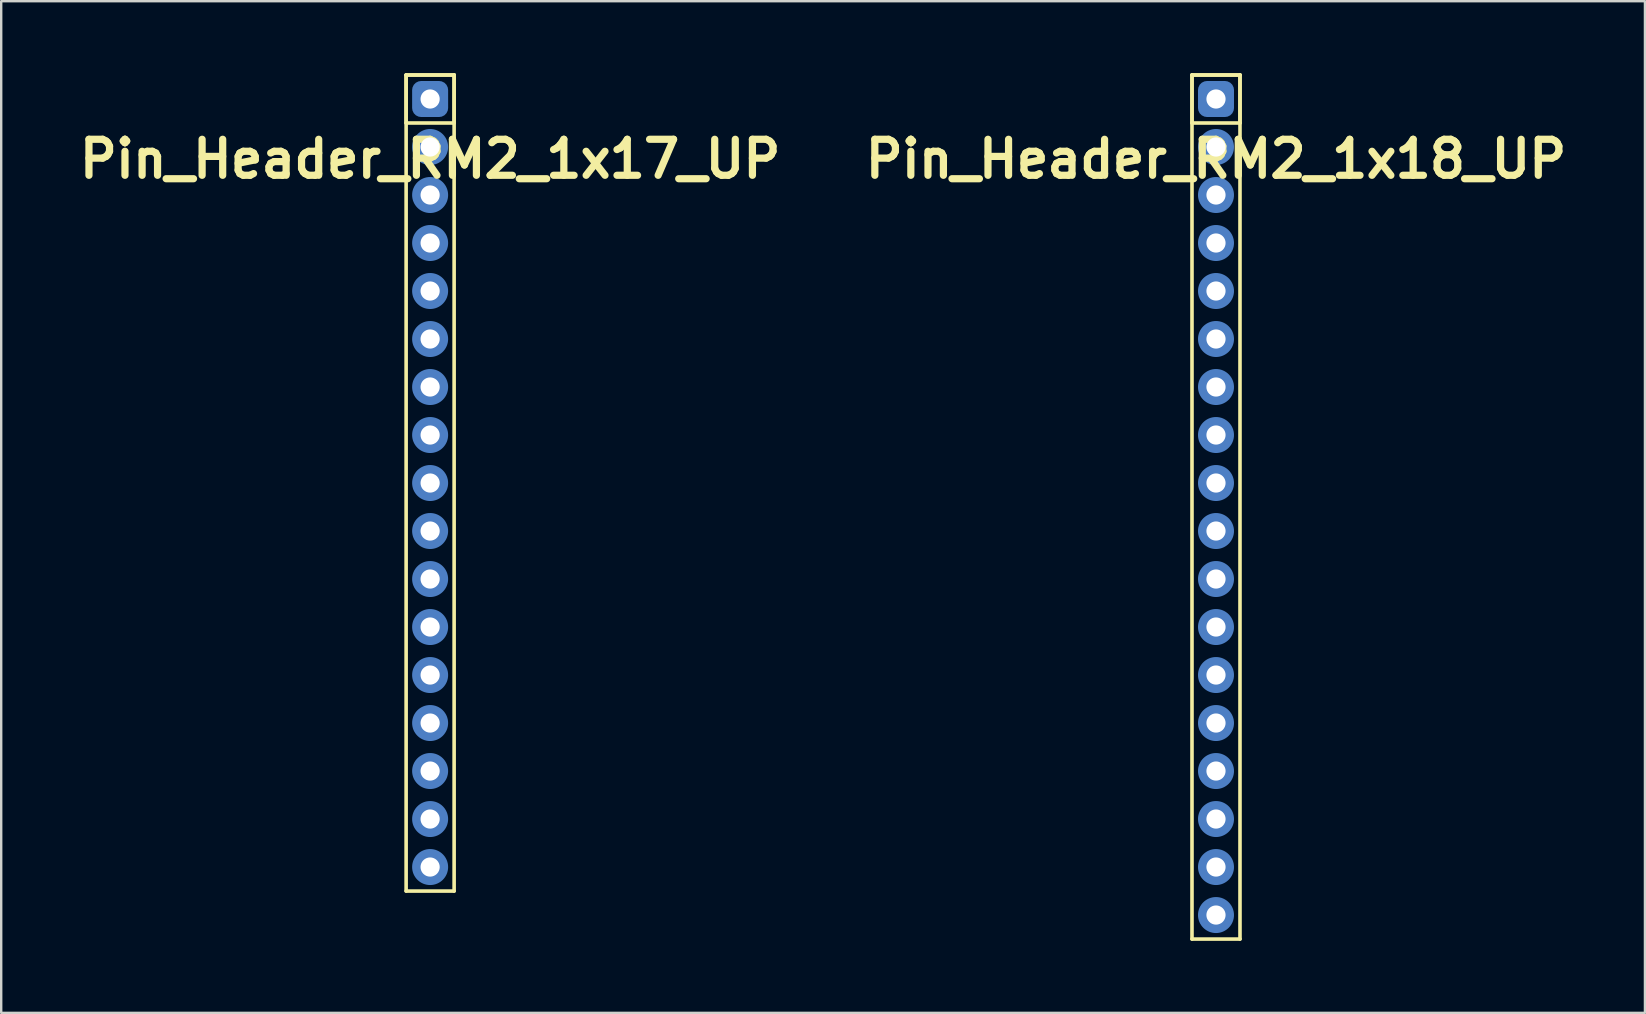
<source format=kicad_pcb>
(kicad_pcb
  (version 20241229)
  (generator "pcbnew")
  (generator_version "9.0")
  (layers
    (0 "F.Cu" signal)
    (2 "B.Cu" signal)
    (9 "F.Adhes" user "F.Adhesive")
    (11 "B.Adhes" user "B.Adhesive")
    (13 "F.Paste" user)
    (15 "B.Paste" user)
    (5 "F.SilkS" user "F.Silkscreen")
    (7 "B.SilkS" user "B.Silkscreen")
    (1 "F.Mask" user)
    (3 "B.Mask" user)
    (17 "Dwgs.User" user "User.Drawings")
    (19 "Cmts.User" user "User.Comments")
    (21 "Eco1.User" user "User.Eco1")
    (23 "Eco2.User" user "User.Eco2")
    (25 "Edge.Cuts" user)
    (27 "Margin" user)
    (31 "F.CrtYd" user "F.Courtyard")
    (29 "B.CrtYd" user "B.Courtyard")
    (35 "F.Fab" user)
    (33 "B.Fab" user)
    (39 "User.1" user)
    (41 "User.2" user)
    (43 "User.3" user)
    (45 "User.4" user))
  (footprint "Pin_Header_RM2_1x18_UP"
    (layer "F.Cu")
    (at 47.614 1.075)
    (property "Reference" "Pin_Header_RM2_1x18_UP" (at 0 2.5 0) (layer "F.SilkS") (effects (font (size 1.5 1.5) (thickness 0.3))))
    (attr through_hole)
    (fp_line (start -1 -1) (end 1 -1) (stroke (width 0.15) (type solid)) (layer "F.SilkS"))
    (fp_line (start -1 -1) (end 1 -1) (stroke (width 0.15) (type solid)) (layer "F.SilkS"))
    (fp_line (start -1 1) (end -1 -1) (stroke (width 0.15) (type solid)) (layer "F.SilkS"))
    (fp_line (start -1 35) (end -1 -1) (stroke (width 0.15) (type solid)) (layer "F.SilkS"))
    (fp_line (start 1 -1) (end 1 1) (stroke (width 0.15) (type solid)) (layer "F.SilkS"))
    (fp_line (start 1 -1) (end 1 35) (stroke (width 0.15) (type solid)) (layer "F.SilkS"))
    (fp_line (start 1 1) (end -1 1) (stroke (width 0.15) (type solid)) (layer "F.SilkS"))
    (fp_line (start 1 35) (end -1 35) (stroke (width 0.15) (type solid)) (layer "F.SilkS"))
    (pad "1" thru_hole circle (at 0 0) (size 1.1 1.1) (drill 0.8) (layers "*.Cu" "*.Mask"))
    (pad "1" smd roundrect (at 0 0) (size 1.25 1.25) (layers "F.Cu" "F.Mask") (roundrect_rratio 0.25))
    (pad "1" smd roundrect (at 0 0) (size 1.5 1.5) (layers "B.Cu" "B.Mask") (roundrect_rratio 0.25))
    (pad "2" thru_hole circle (at 0 2) (size 1.1 1.1) (drill 0.8) (layers "*.Cu" "*.Mask"))
    (pad "2" smd circle (at 0 2) (size 1.25 1.25) (layers "F.Cu" "F.Mask"))
    (pad "2" smd circle (at 0 2) (size 1.5 1.5) (layers "B.Cu" "B.Mask"))
    (pad "3" thru_hole circle (at 0 4) (size 1.1 1.1) (drill 0.8) (layers "*.Cu" "*.Mask"))
    (pad "3" smd circle (at 0 4) (size 1.25 1.25) (layers "F.Cu" "F.Mask"))
    (pad "3" smd circle (at 0 4) (size 1.5 1.5) (layers "B.Cu" "B.Mask"))
    (pad "4" thru_hole circle (at 0 6) (size 1.1 1.1) (drill 0.8) (layers "*.Cu" "*.Mask"))
    (pad "4" smd circle (at 0 6) (size 1.25 1.25) (layers "F.Cu" "F.Mask"))
    (pad "4" smd circle (at 0 6) (size 1.5 1.5) (layers "B.Cu" "B.Mask"))
    (pad "5" thru_hole circle (at 0 8) (size 1.1 1.1) (drill 0.8) (layers "*.Cu" "*.Mask"))
    (pad "5" smd circle (at 0 8) (size 1.25 1.25) (layers "F.Cu" "F.Mask"))
    (pad "5" smd circle (at 0 8) (size 1.5 1.5) (layers "B.Cu" "B.Mask"))
    (pad "6" thru_hole circle (at 0 10) (size 1.1 1.1) (drill 0.8) (layers "*.Cu" "*.Mask"))
    (pad "6" smd circle (at 0 10) (size 1.25 1.25) (layers "F.Cu" "F.Mask"))
    (pad "6" smd circle (at 0 10) (size 1.5 1.5) (layers "B.Cu" "B.Mask"))
    (pad "7" thru_hole circle (at 0 12) (size 1.1 1.1) (drill 0.8) (layers "*.Cu" "*.Mask"))
    (pad "7" smd circle (at 0 12) (size 1.25 1.25) (layers "F.Cu" "F.Mask"))
    (pad "7" smd circle (at 0 12) (size 1.5 1.5) (layers "B.Cu" "B.Mask"))
    (pad "8" thru_hole circle (at 0 14) (size 1.1 1.1) (drill 0.8) (layers "*.Cu" "*.Mask"))
    (pad "8" smd circle (at 0 14) (size 1.25 1.25) (layers "F.Cu" "F.Mask"))
    (pad "8" smd circle (at 0 14) (size 1.5 1.5) (layers "B.Cu" "B.Mask"))
    (pad "9" thru_hole circle (at 0 16) (size 1.1 1.1) (drill 0.8) (layers "*.Cu" "*.Mask"))
    (pad "9" smd circle (at 0 16) (size 1.25 1.25) (layers "F.Cu" "F.Mask"))
    (pad "9" smd circle (at 0 16) (size 1.5 1.5) (layers "B.Cu" "B.Mask"))
    (pad "10" thru_hole circle (at 0 18) (size 1.1 1.1) (drill 0.8) (layers "*.Cu" "*.Mask"))
    (pad "10" smd circle (at 0 18) (size 1.25 1.25) (layers "F.Cu" "F.Mask"))
    (pad "10" smd circle (at 0 18) (size 1.5 1.5) (layers "B.Cu" "B.Mask"))
    (pad "11" thru_hole circle (at 0 20) (size 1.1 1.1) (drill 0.8) (layers "*.Cu" "*.Mask"))
    (pad "11" smd circle (at 0 20) (size 1.25 1.25) (layers "F.Cu" "F.Mask"))
    (pad "11" smd circle (at 0 20) (size 1.5 1.5) (layers "B.Cu" "B.Mask"))
    (pad "12" thru_hole circle (at 0 22) (size 1.1 1.1) (drill 0.8) (layers "*.Cu" "*.Mask"))
    (pad "12" smd circle (at 0 22) (size 1.25 1.25) (layers "F.Cu" "F.Mask"))
    (pad "12" smd circle (at 0 22) (size 1.5 1.5) (layers "B.Cu" "B.Mask"))
    (pad "13" thru_hole circle (at 0 24) (size 1.1 1.1) (drill 0.8) (layers "*.Cu" "*.Mask"))
    (pad "13" smd circle (at 0 24) (size 1.25 1.25) (layers "F.Cu" "F.Mask"))
    (pad "13" smd circle (at 0 24) (size 1.5 1.5) (layers "B.Cu" "B.Mask"))
    (pad "14" thru_hole circle (at 0 26) (size 1.1 1.1) (drill 0.8) (layers "*.Cu" "*.Mask"))
    (pad "14" smd circle (at 0 26) (size 1.25 1.25) (layers "F.Cu" "F.Mask"))
    (pad "14" smd circle (at 0 26) (size 1.5 1.5) (layers "B.Cu" "B.Mask"))
    (pad "15" thru_hole circle (at 0 28) (size 1.1 1.1) (drill 0.8) (layers "*.Cu" "*.Mask"))
    (pad "15" smd circle (at 0 28) (size 1.25 1.25) (layers "F.Cu" "F.Mask"))
    (pad "15" smd circle (at 0 28) (size 1.5 1.5) (layers "B.Cu" "B.Mask"))
    (pad "16" thru_hole circle (at 0 30) (size 1.1 1.1) (drill 0.8) (layers "*.Cu" "*.Mask"))
    (pad "16" smd circle (at 0 30) (size 1.25 1.25) (layers "F.Cu" "F.Mask"))
    (pad "16" smd circle (at 0 30) (size 1.5 1.5) (layers "B.Cu" "B.Mask"))
    (pad "17" thru_hole circle (at 0 32) (size 1.1 1.1) (drill 0.8) (layers "*.Cu" "*.Mask"))
    (pad "17" smd circle (at 0 32) (size 1.25 1.25) (layers "F.Cu" "F.Mask"))
    (pad "17" smd circle (at 0 32) (size 1.5 1.5) (layers "B.Cu" "B.Mask"))
    (pad "18" thru_hole circle (at 0 34) (size 1.1 1.1) (drill 0.8) (layers "*.Cu" "*.Mask"))
    (pad "18" smd circle (at 0 34) (size 1.25 1.25) (layers "F.Cu" "F.Mask"))
    (pad "18" smd circle (at 0 34) (size 1.5 1.5) (layers "B.Cu" "B.Mask")))
  (footprint "Pin_Header_RM2_1x17_UP"
    (layer "F.Cu")
    (at 14.871 1.075)
    (property "Reference" "Pin_Header_RM2_1x17_UP" (at 0 2.5 0) (layer "F.SilkS") (effects (font (size 1.5 1.5) (thickness 0.3))))
    (attr through_hole)
    (fp_line (start -1 -1) (end 1 -1) (stroke (width 0.15) (type solid)) (layer "F.SilkS"))
    (fp_line (start -1 -1) (end 1 -1) (stroke (width 0.15) (type solid)) (layer "F.SilkS"))
    (fp_line (start -1 1) (end -1 -1) (stroke (width 0.15) (type solid)) (layer "F.SilkS"))
    (fp_line (start -1 33) (end -1 -1) (stroke (width 0.15) (type solid)) (layer "F.SilkS"))
    (fp_line (start 1 -1) (end 1 1) (stroke (width 0.15) (type solid)) (layer "F.SilkS"))
    (fp_line (start 1 -1) (end 1 33) (stroke (width 0.15) (type solid)) (layer "F.SilkS"))
    (fp_line (start 1 1) (end -1 1) (stroke (width 0.15) (type solid)) (layer "F.SilkS"))
    (fp_line (start 1 33) (end -1 33) (stroke (width 0.15) (type solid)) (layer "F.SilkS"))
    (pad "1" thru_hole circle (at 0 0) (size 1.1 1.1) (drill 0.8) (layers "*.Cu" "*.Mask"))
    (pad "1" smd roundrect (at 0 0) (size 1.25 1.25) (layers "F.Cu" "F.Mask") (roundrect_rratio 0.25))
    (pad "1" smd roundrect (at 0 0) (size 1.5 1.5) (layers "B.Cu" "B.Mask") (roundrect_rratio 0.25))
    (pad "2" thru_hole circle (at 0 2) (size 1.1 1.1) (drill 0.8) (layers "*.Cu" "*.Mask"))
    (pad "2" smd circle (at 0 2) (size 1.25 1.25) (layers "F.Cu" "F.Mask"))
    (pad "2" smd circle (at 0 2) (size 1.5 1.5) (layers "B.Cu" "B.Mask"))
    (pad "3" thru_hole circle (at 0 4) (size 1.1 1.1) (drill 0.8) (layers "*.Cu" "*.Mask"))
    (pad "3" smd circle (at 0 4) (size 1.25 1.25) (layers "F.Cu" "F.Mask"))
    (pad "3" smd circle (at 0 4) (size 1.5 1.5) (layers "B.Cu" "B.Mask"))
    (pad "4" thru_hole circle (at 0 6) (size 1.1 1.1) (drill 0.8) (layers "*.Cu" "*.Mask"))
    (pad "4" smd circle (at 0 6) (size 1.25 1.25) (layers "F.Cu" "F.Mask"))
    (pad "4" smd circle (at 0 6) (size 1.5 1.5) (layers "B.Cu" "B.Mask"))
    (pad "5" thru_hole circle (at 0 8) (size 1.1 1.1) (drill 0.8) (layers "*.Cu" "*.Mask"))
    (pad "5" smd circle (at 0 8) (size 1.25 1.25) (layers "F.Cu" "F.Mask"))
    (pad "5" smd circle (at 0 8) (size 1.5 1.5) (layers "B.Cu" "B.Mask"))
    (pad "6" thru_hole circle (at 0 10) (size 1.1 1.1) (drill 0.8) (layers "*.Cu" "*.Mask"))
    (pad "6" smd circle (at 0 10) (size 1.25 1.25) (layers "F.Cu" "F.Mask"))
    (pad "6" smd circle (at 0 10) (size 1.5 1.5) (layers "B.Cu" "B.Mask"))
    (pad "7" thru_hole circle (at 0 12) (size 1.1 1.1) (drill 0.8) (layers "*.Cu" "*.Mask"))
    (pad "7" smd circle (at 0 12) (size 1.25 1.25) (layers "F.Cu" "F.Mask"))
    (pad "7" smd circle (at 0 12) (size 1.5 1.5) (layers "B.Cu" "B.Mask"))
    (pad "8" thru_hole circle (at 0 14) (size 1.1 1.1) (drill 0.8) (layers "*.Cu" "*.Mask"))
    (pad "8" smd circle (at 0 14) (size 1.25 1.25) (layers "F.Cu" "F.Mask"))
    (pad "8" smd circle (at 0 14) (size 1.5 1.5) (layers "B.Cu" "B.Mask"))
    (pad "9" thru_hole circle (at 0 16) (size 1.1 1.1) (drill 0.8) (layers "*.Cu" "*.Mask"))
    (pad "9" smd circle (at 0 16) (size 1.25 1.25) (layers "F.Cu" "F.Mask"))
    (pad "9" smd circle (at 0 16) (size 1.5 1.5) (layers "B.Cu" "B.Mask"))
    (pad "10" thru_hole circle (at 0 18) (size 1.1 1.1) (drill 0.8) (layers "*.Cu" "*.Mask"))
    (pad "10" smd circle (at 0 18) (size 1.25 1.25) (layers "F.Cu" "F.Mask"))
    (pad "10" smd circle (at 0 18) (size 1.5 1.5) (layers "B.Cu" "B.Mask"))
    (pad "11" thru_hole circle (at 0 20) (size 1.1 1.1) (drill 0.8) (layers "*.Cu" "*.Mask"))
    (pad "11" smd circle (at 0 20) (size 1.25 1.25) (layers "F.Cu" "F.Mask"))
    (pad "11" smd circle (at 0 20) (size 1.5 1.5) (layers "B.Cu" "B.Mask"))
    (pad "12" thru_hole circle (at 0 22) (size 1.1 1.1) (drill 0.8) (layers "*.Cu" "*.Mask"))
    (pad "12" smd circle (at 0 22) (size 1.25 1.25) (layers "F.Cu" "F.Mask"))
    (pad "12" smd circle (at 0 22) (size 1.5 1.5) (layers "B.Cu" "B.Mask"))
    (pad "13" thru_hole circle (at 0 24) (size 1.1 1.1) (drill 0.8) (layers "*.Cu" "*.Mask"))
    (pad "13" smd circle (at 0 24) (size 1.25 1.25) (layers "F.Cu" "F.Mask"))
    (pad "13" smd circle (at 0 24) (size 1.5 1.5) (layers "B.Cu" "B.Mask"))
    (pad "14" thru_hole circle (at 0 26) (size 1.1 1.1) (drill 0.8) (layers "*.Cu" "*.Mask"))
    (pad "14" smd circle (at 0 26) (size 1.25 1.25) (layers "F.Cu" "F.Mask"))
    (pad "14" smd circle (at 0 26) (size 1.5 1.5) (layers "B.Cu" "B.Mask"))
    (pad "15" thru_hole circle (at 0 28) (size 1.1 1.1) (drill 0.8) (layers "*.Cu" "*.Mask"))
    (pad "15" smd circle (at 0 28) (size 1.25 1.25) (layers "F.Cu" "F.Mask"))
    (pad "15" smd circle (at 0 28) (size 1.5 1.5) (layers "B.Cu" "B.Mask"))
    (pad "16" thru_hole circle (at 0 30) (size 1.1 1.1) (drill 0.8) (layers "*.Cu" "*.Mask"))
    (pad "16" smd circle (at 0 30) (size 1.25 1.25) (layers "F.Cu" "F.Mask"))
    (pad "16" smd circle (at 0 30) (size 1.5 1.5) (layers "B.Cu" "B.Mask"))
    (pad "17" thru_hole circle (at 0 32) (size 1.1 1.1) (drill 0.8) (layers "*.Cu" "*.Mask"))
    (pad "17" smd circle (at 0 32) (size 1.25 1.25) (layers "F.Cu" "F.Mask"))
    (pad "17" smd circle (at 0 32) (size 1.5 1.5) (layers "B.Cu" "B.Mask")))
  (gr_rect
    (start -3 -3)
    (end 65.486 39.15)
    (stroke (width 0.1) (type default))
    (fill no)
    (layer "Edge.Cuts")))
</source>
